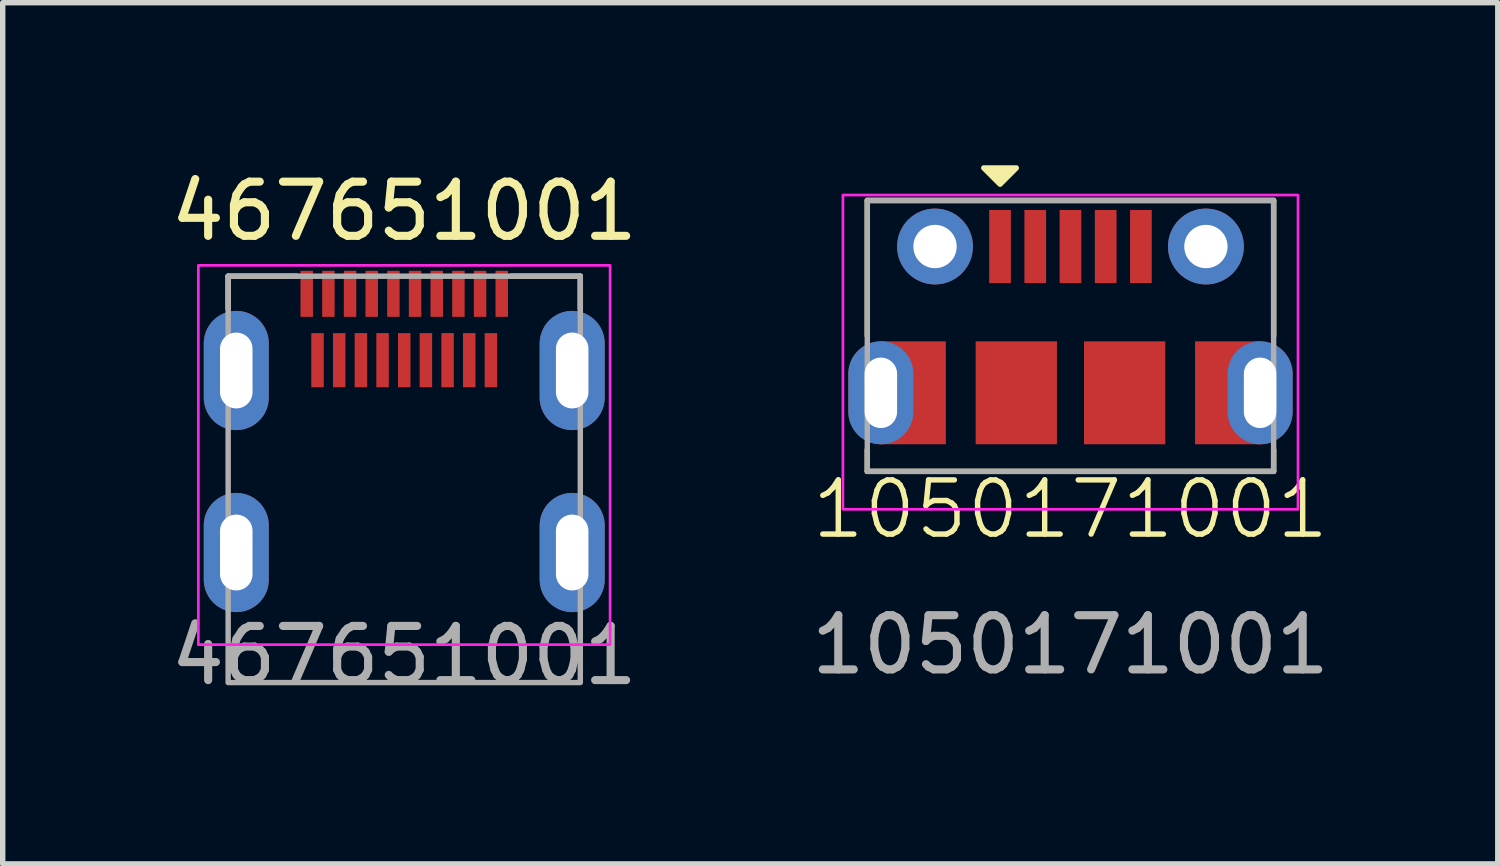
<source format=kicad_pcb>
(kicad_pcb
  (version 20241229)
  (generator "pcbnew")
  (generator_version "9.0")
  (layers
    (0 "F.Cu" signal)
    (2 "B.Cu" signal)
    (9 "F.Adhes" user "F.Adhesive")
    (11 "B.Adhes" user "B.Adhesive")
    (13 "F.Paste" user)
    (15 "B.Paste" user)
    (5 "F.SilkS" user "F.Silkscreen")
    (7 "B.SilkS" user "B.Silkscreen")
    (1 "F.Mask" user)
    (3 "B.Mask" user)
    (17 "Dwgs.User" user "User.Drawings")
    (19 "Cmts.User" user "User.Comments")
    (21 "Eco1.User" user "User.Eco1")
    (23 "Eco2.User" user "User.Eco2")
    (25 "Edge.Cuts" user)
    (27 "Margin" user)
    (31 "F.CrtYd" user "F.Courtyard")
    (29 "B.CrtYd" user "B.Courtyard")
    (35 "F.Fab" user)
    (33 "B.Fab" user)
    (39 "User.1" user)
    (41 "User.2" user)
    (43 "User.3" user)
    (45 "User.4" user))
  (footprint "1050171001"
    (layer "F.Cu")
    (at 16.708 6.35)
    (property "Reference" "1050171001" (at 0 0 0) (unlocked yes) (layer "F.SilkS") (effects (font (size 1 1) (thickness 0.1))))
    (attr through_hole)
    (fp_line (start -3.75 -5.7) (end -3.75 -3.2) (stroke (width 0.1) (type default)) (layer "F.SilkS"))
    (fp_line (start -3.75 -5.7) (end 3.75 -5.7) (stroke (width 0.1) (type default)) (layer "F.SilkS"))
    (fp_line (start -3.75 -1.1) (end -3.75 -0.7) (stroke (width 0.1) (type default)) (layer "F.SilkS"))
    (fp_line (start -3.75 -0.7) (end 3.75 -0.7) (stroke (width 0.1) (type default)) (layer "F.SilkS"))
    (fp_line (start 3.75 -5.7) (end 3.75 -3.2) (stroke (width 0.1) (type default)) (layer "F.SilkS"))
    (fp_line (start 3.75 -0.7) (end 3.75 -1.1) (stroke (width 0.1) (type default)) (layer "F.SilkS"))
    (fp_poly (pts (xy -1.3 -6) (xy -1 -6.3) (xy -1.6 -6.3)) (stroke (width 0.1) (type solid)) (fill yes) (layer "F.SilkS"))
    (fp_rect (start -4.2 -5.8) (end 4.2 0) (stroke (width 0.05) (type default)) (fill no) (layer "F.CrtYd"))
    (fp_rect (start -3.75 -5.7) (end 3.75 -0.7) (stroke (width 0.1) (type default)) (fill no) (layer "F.Fab"))
    (fp_text user "${REFERENCE}" (at 0 2.5 0) (unlocked yes) (layer "F.Fab") (effects (font (size 1 1) (thickness 0.15))))
    (pad "1" smd rect (at -1.3 -4.85) (size 0.4 1.35) (layers "F.Cu" "F.Mask" "F.Paste"))
    (pad "2" smd rect (at -0.65 -4.85) (size 0.4 1.35) (layers "F.Cu" "F.Mask" "F.Paste"))
    (pad "3" smd rect (at 0 -4.85) (size 0.4 1.35) (layers "F.Cu" "F.Mask" "F.Paste"))
    (pad "4" smd rect (at 0.65 -4.85) (size 0.4 1.35) (layers "F.Cu" "F.Mask" "F.Paste"))
    (pad "5" smd rect (at 1.3 -4.85) (size 0.4 1.35) (layers "F.Cu" "F.Mask" "F.Paste"))
    (pad "SH" thru_hole oval (at -3.5 -2.15) (size 1.2 1.9) (drill oval 0.6 1.3) (layers "*.Cu" "*.Mask" "F.Paste"))
    (pad "SH" smd rect (at -2.9 -2.15) (size 1.2 1.9) (layers "F.Cu" "F.Mask" "F.Paste"))
    (pad "SH" thru_hole circle (at -2.5 -4.85) (size 1.4 1.4) (drill 0.8) (layers "*.Cu" "*.Mask" "F.Paste"))
    (pad "SH" smd rect (at -1 -2.15) (size 1.5 1.9) (layers "F.Cu" "F.Mask" "F.Paste"))
    (pad "SH" smd rect (at 1 -2.15) (size 1.5 1.9) (layers "F.Cu" "F.Mask" "F.Paste"))
    (pad "SH" thru_hole circle (at 2.5 -4.85) (size 1.4 1.4) (drill 0.8) (layers "*.Cu" "*.Mask" "F.Paste"))
    (pad "SH" smd rect (at 2.9 -2.15) (size 1.2 1.9) (layers "F.Cu" "F.Mask" "F.Paste"))
    (pad "SH" thru_hole oval (at 3.5 -2.15) (size 1.2 1.9) (drill oval 0.6 1.3) (layers "*.Cu" "*.Mask" "F.Paste")))
  (footprint "467651001"
    (layer "F.Cu")
    (at 4.411 8.848)
    (property "Reference" "467651001" (at 0 -8 0) (layer "F.SilkS") (effects (font (size 1 1) (thickness 0.15))))
    (attr through_hole)
    (fp_line (start -3.25 -6.8) (end -3.25 -6.2) (stroke (width 0.1) (type default)) (layer "F.SilkS"))
    (fp_line (start -1.975 -6.8) (end -3.25 -6.8) (stroke (width 0.1) (type default)) (layer "F.SilkS"))
    (fp_line (start 1.975 -6.8) (end 3.25 -6.8) (stroke (width 0.1) (type default)) (layer "F.SilkS"))
    (fp_line (start 3.25 -6.8) (end 3.25 -6.2) (stroke (width 0.1) (type default)) (layer "F.SilkS"))
    (fp_rect (start -3.8 -7) (end 3.8 0) (stroke (width 0.05) (type default)) (fill no) (layer "F.CrtYd"))
    (fp_rect (start -3.25 -6.8) (end 3.25 0.7) (stroke (width 0.1) (type default)) (fill no) (layer "F.Fab"))
    (fp_text user "${REFERENCE}" (at 0 0.2 0) (layer "F.Fab") (effects (font (size 1 1) (thickness 0.15))))
    (pad "1" smd rect (at 1.8 -6.475) (size 0.23 0.85) (layers "F.Cu" "F.Mask" "F.Paste"))
    (pad "2" smd rect (at 1.6 -5.25) (size 0.23 1) (layers "F.Cu" "F.Mask" "F.Paste"))
    (pad "3" smd rect (at 1.4 -6.475) (size 0.23 0.85) (layers "F.Cu" "F.Mask" "F.Paste"))
    (pad "4" smd rect (at 1.2 -5.25) (size 0.23 1) (layers "F.Cu" "F.Mask" "F.Paste"))
    (pad "5" smd rect (at 1 -6.475) (size 0.23 0.85) (layers "F.Cu" "F.Mask" "F.Paste"))
    (pad "6" smd rect (at 0.8 -5.25) (size 0.23 1) (layers "F.Cu" "F.Mask" "F.Paste"))
    (pad "7" smd rect (at 0.6 -6.475) (size 0.23 0.85) (layers "F.Cu" "F.Mask" "F.Paste"))
    (pad "8" smd rect (at 0.4 -5.25) (size 0.23 1) (layers "F.Cu" "F.Mask" "F.Paste"))
    (pad "9" smd rect (at 0.2 -6.475) (size 0.23 0.85) (layers "F.Cu" "F.Mask" "F.Paste"))
    (pad "10" smd rect (at 0 -5.25) (size 0.23 1) (layers "F.Cu" "F.Mask" "F.Paste"))
    (pad "11" smd rect (at -0.2 -6.475) (size 0.23 0.85) (layers "F.Cu" "F.Mask" "F.Paste"))
    (pad "12" smd rect (at -0.4 -5.25) (size 0.23 1) (layers "F.Cu" "F.Mask" "F.Paste"))
    (pad "13" smd rect (at -0.6 -6.475) (size 0.23 0.85) (layers "F.Cu" "F.Mask" "F.Paste"))
    (pad "14" smd rect (at -0.8 -5.25) (size 0.23 1) (layers "F.Cu" "F.Mask" "F.Paste"))
    (pad "15" smd rect (at -1 -6.475) (size 0.23 0.85) (layers "F.Cu" "F.Mask" "F.Paste"))
    (pad "16" smd rect (at -1.2 -5.25) (size 0.23 1) (layers "F.Cu" "F.Mask" "F.Paste"))
    (pad "17" smd rect (at -1.4 -6.475) (size 0.23 0.85) (layers "F.Cu" "F.Mask" "F.Paste"))
    (pad "18" smd rect (at -1.6 -5.25) (size 0.23 1) (layers "F.Cu" "F.Mask" "F.Paste"))
    (pad "19" smd rect (at -1.8 -6.475) (size 0.23 0.85) (layers "F.Cu" "F.Mask" "F.Paste"))
    (pad "SH" thru_hole oval (at -3.1 -5.06) (size 1.2 2.2) (drill oval 0.6 1.4) (layers "*.Cu" "*.Mask" "F.Paste"))
    (pad "SH" thru_hole oval (at -3.1 -1.7) (size 1.2 2.2) (drill oval 0.6 1.4) (layers "*.Cu" "*.Mask" "F.Paste"))
    (pad "SH" thru_hole oval (at 3.1 -5.06) (size 1.2 2.2) (drill oval 0.6 1.4) (layers "*.Cu" "*.Mask" "F.Paste"))
    (pad "SH" thru_hole oval (at 3.1 -1.7) (size 1.2 2.2) (drill oval 0.6 1.4) (layers "*.Cu" "*.Mask" "F.Paste")))
  (gr_rect
    (start -3 -3)
    (end 24.595 12.896)
    (stroke (width 0.1) (type default))
    (fill no)
    (layer "Edge.Cuts")))
</source>
